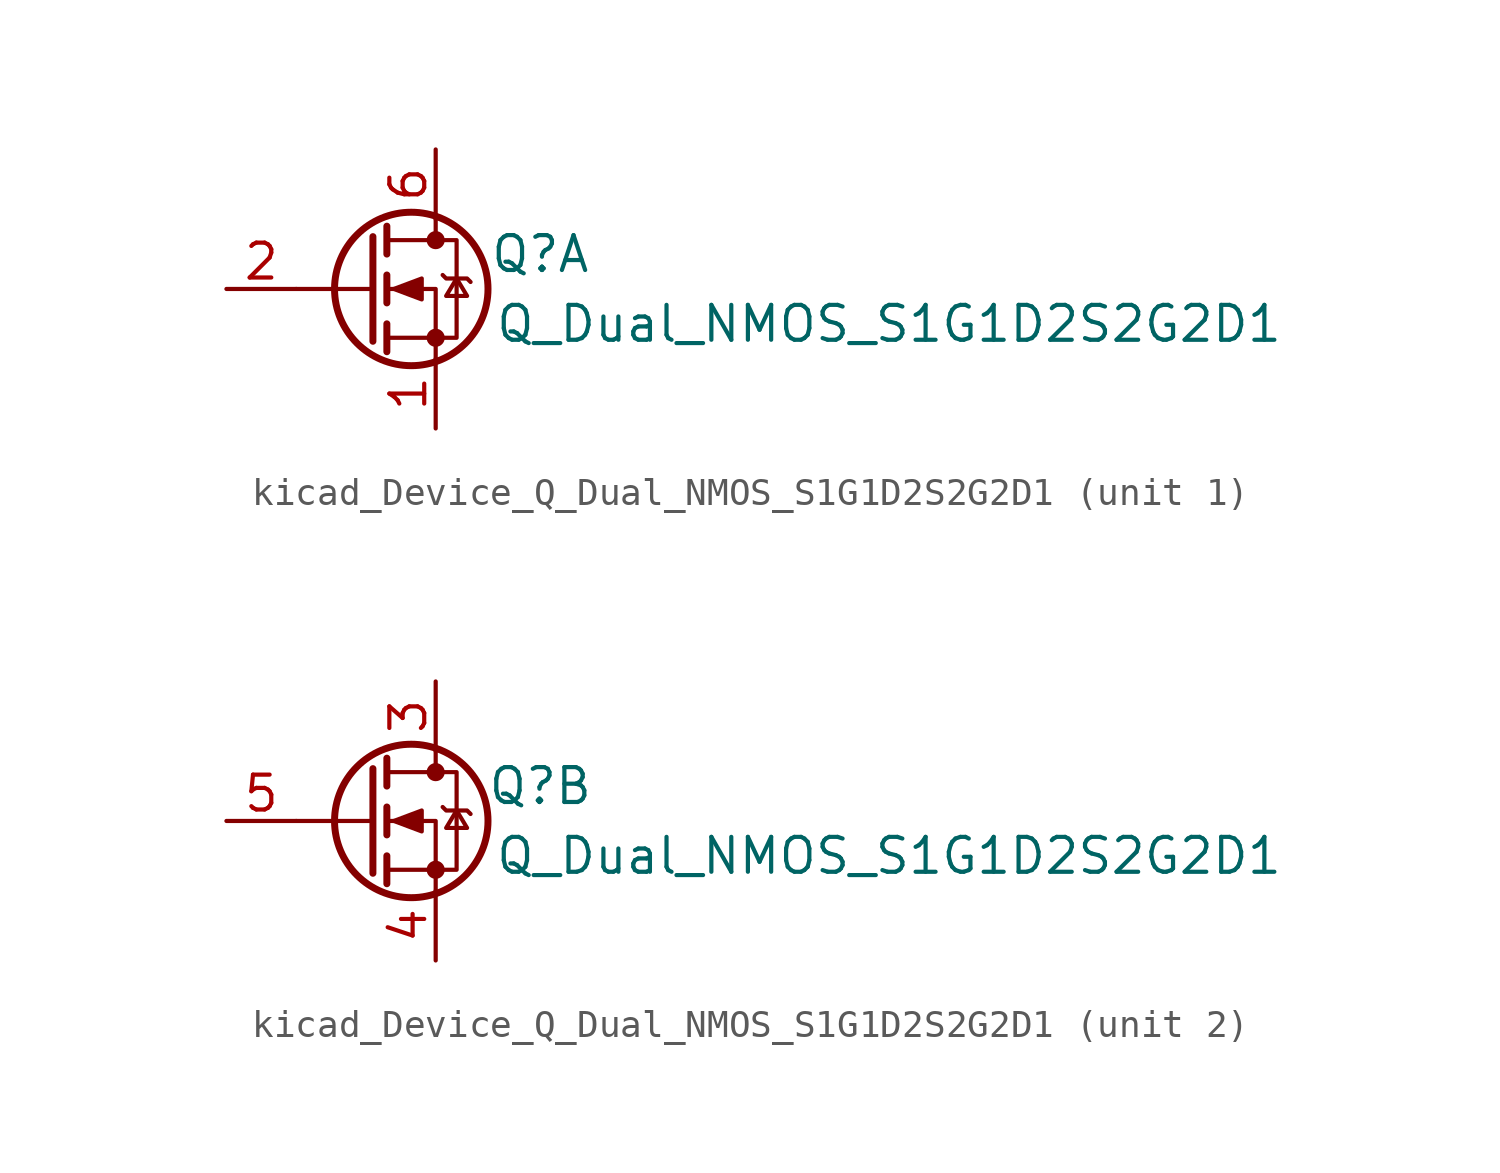
<source format=kicad_sym>
(kicad_symbol_lib
  (version 20220914)
  (generator kicad_symbol_editor)
  (symbol "kicad_Device_Q_Dual_NMOS_S1G1D2S2G2D1"
    (pin_names
      (offset 0) hide)
    (property "Reference" "Q"
      (at 6.35 1.27 0)
      (effects (font (size 1.27 1.27))))
    (property "Value" "Q_Dual_NMOS_S1G1D2S2G2D1"
      (at 19.05 -1.27 0)
      (effects (font (size 1.27 1.27))))
    (symbol "kicad_Device_Q_Dual_NMOS_S1G1D2S2G2D1_0_1"
      (polyline (pts (xy 0.254 0) (xy -2.54 0)) (stroke (width 0) (type default)) (fill (type none)))
      (polyline (pts (xy 0.254 1.905) (xy 0.254 -1.905)) (stroke (width 0.254) (type default)) (fill (type none)))
      (polyline (pts (xy 0.762 -1.27) (xy 0.762 -2.286)) (stroke (width 0.254) (type default)) (fill (type none)))
      (polyline (pts (xy 0.762 0.508) (xy 0.762 -0.508)) (stroke (width 0.254) (type default)) (fill (type none)))
      (polyline (pts (xy 0.762 2.286) (xy 0.762 1.27)) (stroke (width 0.254) (type default)) (fill (type none)))
      (polyline (pts (xy 2.54 2.54) (xy 2.54 1.778)) (stroke (width 0) (type default)) (fill (type none)))
      (polyline (pts (xy 2.54 -2.54) (xy 2.54 0) (xy 0.762 0)) (stroke (width 0) (type default)) (fill (type none)))
      (polyline (pts (xy 0.762 -1.778) (xy 3.302 -1.778) (xy 3.302 1.778) (xy 0.762 1.778)) (stroke (width 0) (type default)) (fill (type none)))
      (polyline (pts (xy 1.016 0) (xy 2.032 0.381) (xy 2.032 -0.381) (xy 1.016 0)) (stroke (width 0) (type default)) (fill (type outline)))
      (polyline (pts (xy 2.794 0.508) (xy 2.921 0.381) (xy 3.683 0.381) (xy 3.81 0.254)) (stroke (width 0) (type default)) (fill (type none)))
      (polyline (pts (xy 3.302 0.381) (xy 2.921 -0.254) (xy 3.683 -0.254) (xy 3.302 0.381)) (stroke (width 0) (type default)) (fill (type none)))
      (circle (center 1.651 0) (radius 2.794) (stroke (width 0.254) (type default)) (fill (type none)))
      (circle (center 2.54 -1.778) (radius 0.254) (stroke (width 0) (type default)) (fill (type outline)))
      (circle (center 2.54 1.778) (radius 0.254) (stroke (width 0) (type default)) (fill (type outline))))
    (symbol "kicad_Device_Q_Dual_NMOS_S1G1D2S2G2D1_1_1"
      (pin passive line (at 2.54 -5.08 90) (length 2.54) (name "S" (effects (font (size 1.27 1.27)))) (number "1" (effects (font (size 1.27 1.27)))))
      (pin input line (at -5.08 0 0) (length 2.54) (name "G" (effects (font (size 1.27 1.27)))) (number "2" (effects (font (size 1.27 1.27)))))
      (pin passive line (at 2.54 5.08 270) (length 2.54) (name "D" (effects (font (size 1.27 1.27)))) (number "6" (effects (font (size 1.27 1.27))))))
    (symbol "kicad_Device_Q_Dual_NMOS_S1G1D2S2G2D1_2_1"
      (pin passive line (at 2.54 5.08 270) (length 2.54) (name "D" (effects (font (size 1.27 1.27)))) (number "3" (effects (font (size 1.27 1.27)))))
      (pin passive line (at 2.54 -5.08 90) (length 2.54) (name "S" (effects (font (size 1.27 1.27)))) (number "4" (effects (font (size 1.27 1.27)))))
      (pin input line (at -5.08 0 0) (length 2.54) (name "G" (effects (font (size 1.27 1.27)))) (number "5" (effects (font (size 1.27 1.27))))))))
</source>
